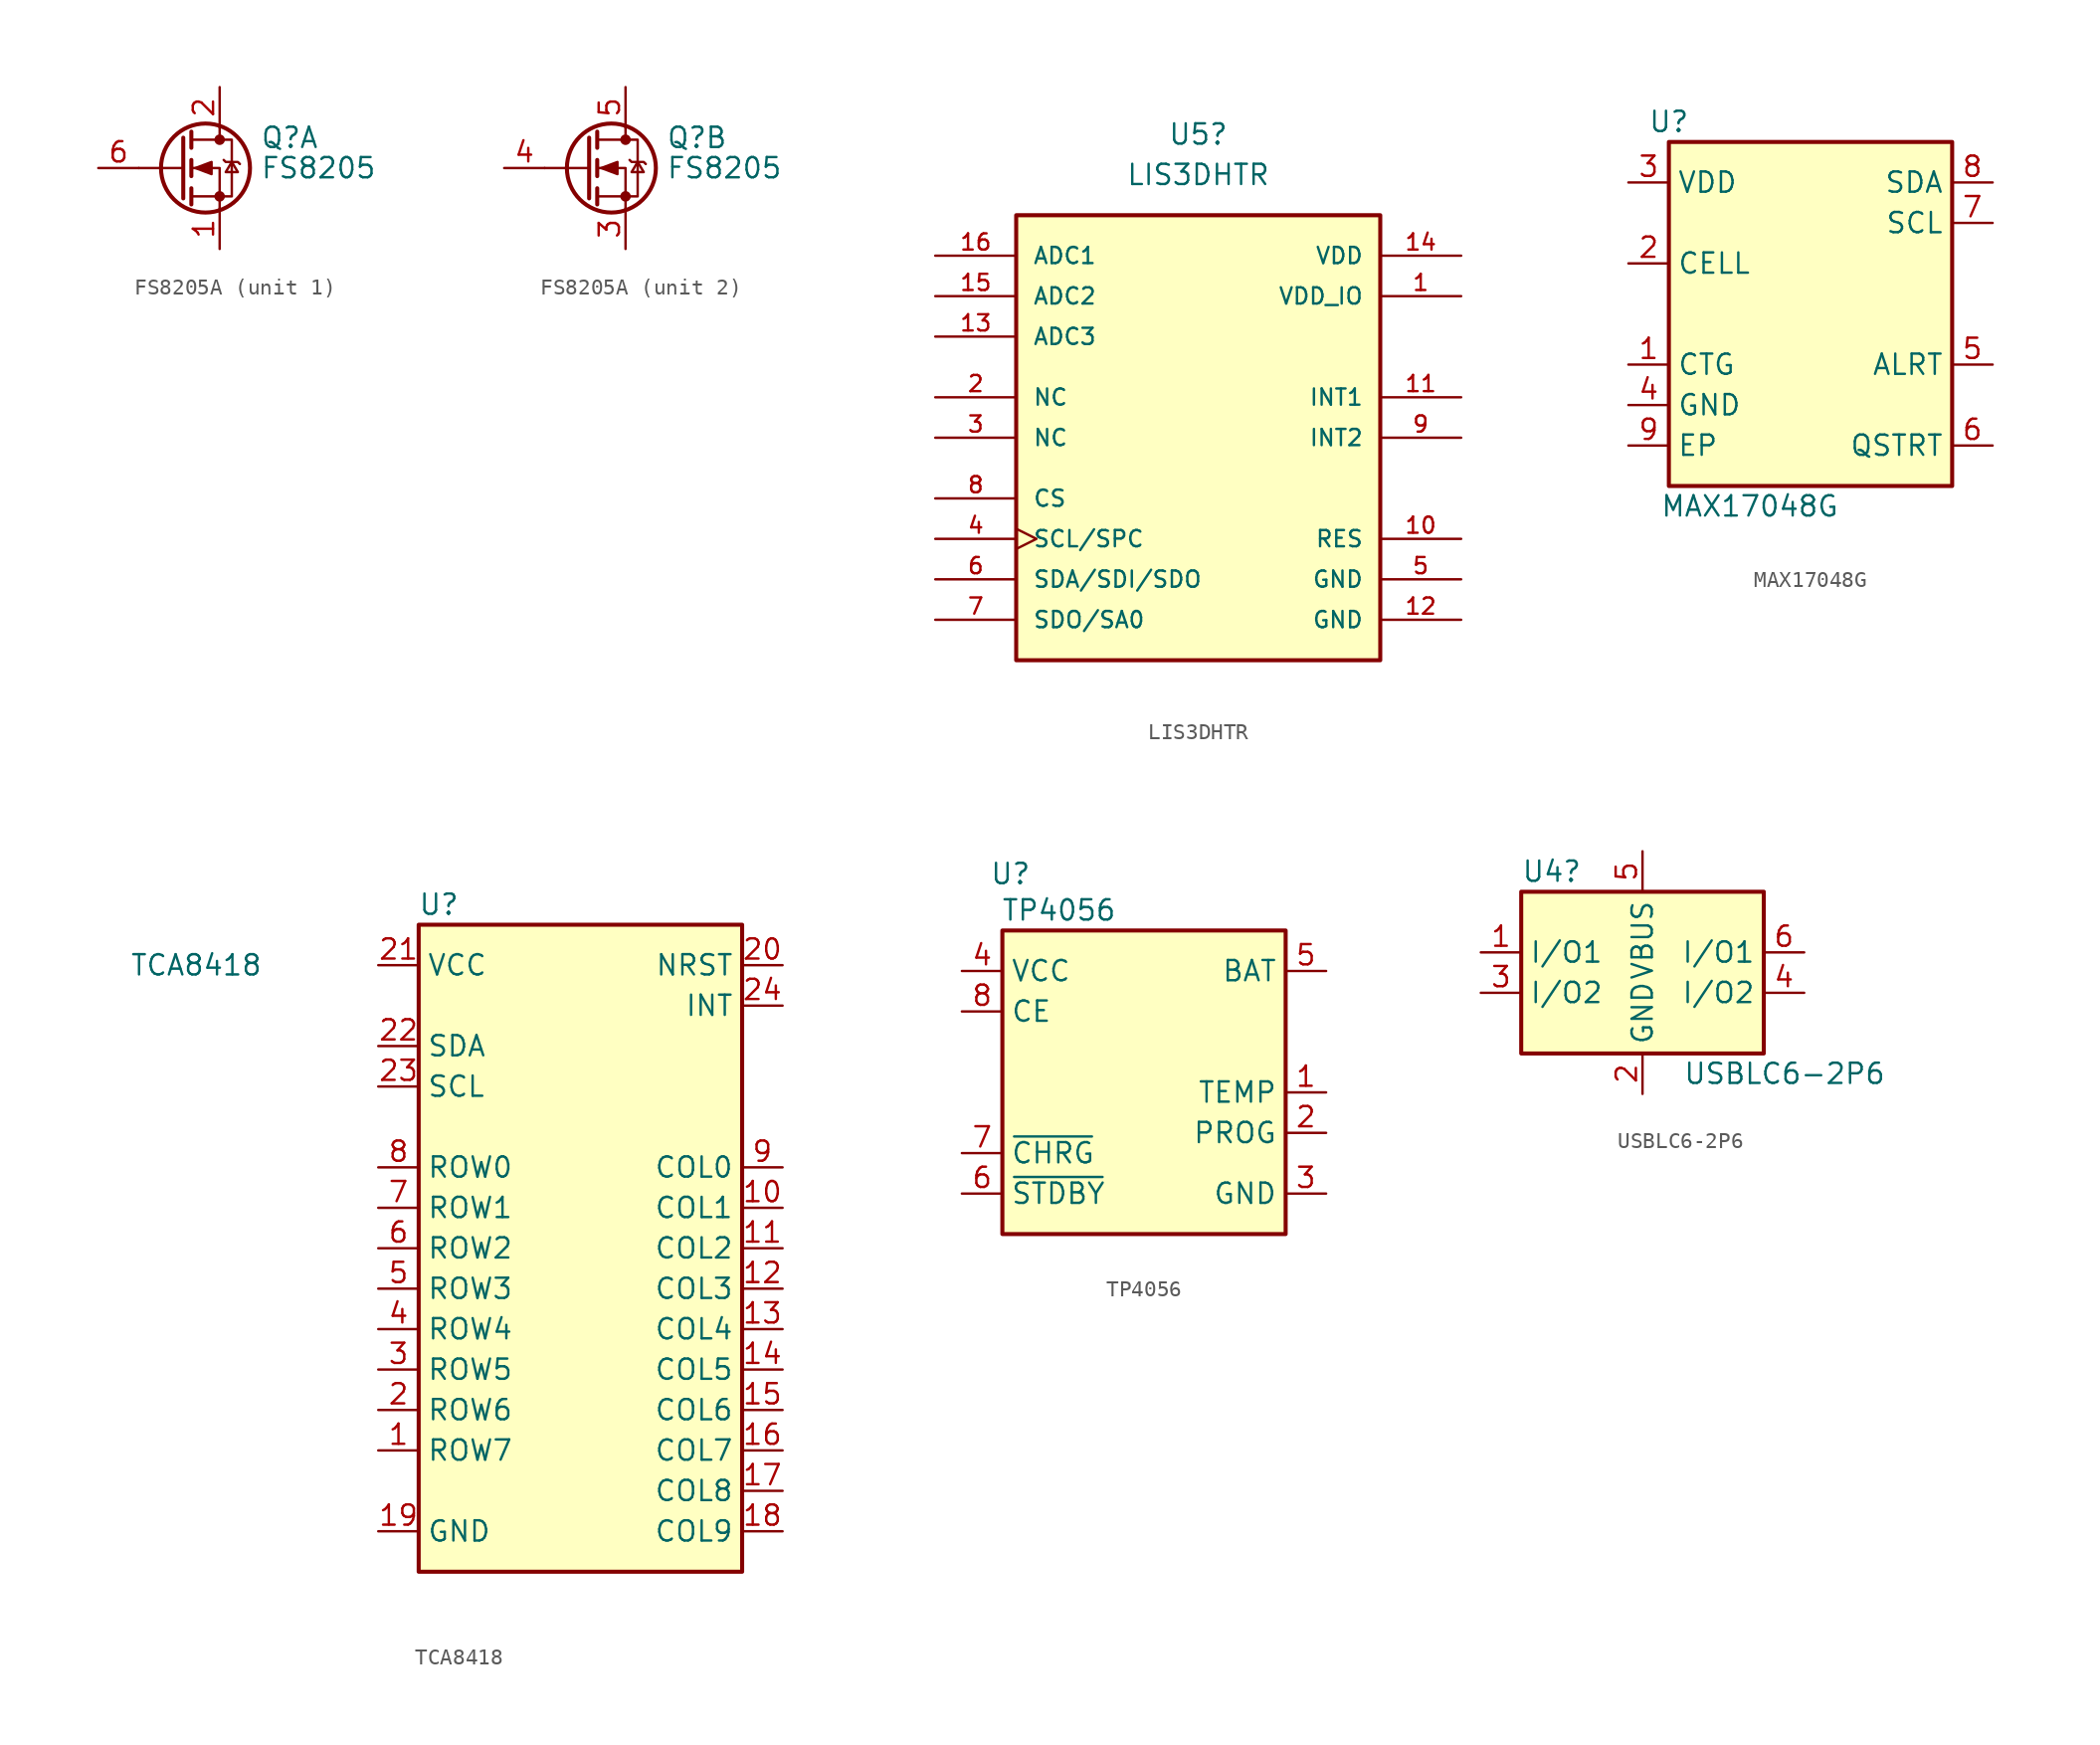
<source format=kicad_sym>
(kicad_symbol_lib
  (version 20231120)
  (generator "kicad_symbol_editor")
  (generator_version "8.0")
  (symbol "FS8205A"
    (pin_names hide)
    (property "Reference" "Q"
      (at 5.08 1.905 0)
      (effects (font (size 1.27 1.27)) (justify left)))
    (property "Value" "FS8205"
      (at 5.08 0 0)
      (effects (font (size 1.27 1.27)) (justify left)))
    (symbol "FS8205A_0_1"
      (polyline (pts (xy 0.254 0) (xy -2.54 0)) (stroke (width 0) (type default)) (fill (type none)))
      (polyline (pts (xy 0.254 1.905) (xy 0.254 -1.905)) (stroke (width 0.254) (type default)) (fill (type none)))
      (polyline (pts (xy 0.762 -1.27) (xy 0.762 -2.286)) (stroke (width 0.254) (type default)) (fill (type none)))
      (polyline (pts (xy 0.762 0.508) (xy 0.762 -0.508)) (stroke (width 0.254) (type default)) (fill (type none)))
      (polyline (pts (xy 0.762 2.286) (xy 0.762 1.27)) (stroke (width 0.254) (type default)) (fill (type none)))
      (polyline (pts (xy 2.54 2.54) (xy 2.54 1.778)) (stroke (width 0) (type default)) (fill (type none)))
      (polyline (pts (xy 2.54 -2.54) (xy 2.54 0) (xy 0.762 0)) (stroke (width 0) (type default)) (fill (type none)))
      (polyline (pts (xy 0.762 -1.778) (xy 3.302 -1.778) (xy 3.302 1.778) (xy 0.762 1.778)) (stroke (width 0) (type default)) (fill (type none)))
      (polyline (pts (xy 1.016 0) (xy 2.032 0.381) (xy 2.032 -0.381) (xy 1.016 0)) (stroke (width 0) (type default)) (fill (type outline)))
      (polyline (pts (xy 2.794 0.508) (xy 2.921 0.381) (xy 3.683 0.381) (xy 3.81 0.254)) (stroke (width 0) (type default)) (fill (type none)))
      (polyline (pts (xy 3.302 0.381) (xy 2.921 -0.254) (xy 3.683 -0.254) (xy 3.302 0.381)) (stroke (width 0) (type default)) (fill (type none)))
      (circle (center 1.651 0) (radius 2.794) (stroke (width 0.254) (type default)) (fill (type none)))
      (circle (center 2.54 -1.778) (radius 0.254) (stroke (width 0) (type default)) (fill (type outline)))
      (circle (center 2.54 1.778) (radius 0.254) (stroke (width 0) (type default)) (fill (type outline))))
    (symbol "FS8205A_1_1"
      (pin passive line (at 2.54 -5.08 90) (length 2.54) (name "S" (effects (font (size 1.27 1.27)))) (number "1" (effects (font (size 1.27 1.27)))))
      (pin passive line (at 2.54 5.08 270) (length 2.54) (name "D" (effects (font (size 1.27 1.27)))) (number "2" (effects (font (size 1.27 1.27)))))
      (pin passive line (at -5.08 0 0) (length 2.54) (name "G" (effects (font (size 1.27 1.27)))) (number "6" (effects (font (size 1.27 1.27))))))
    (symbol "FS8205A_2_1"
      (pin passive line (at 2.54 -5.08 90) (length 2.54) (name "S" (effects (font (size 1.27 1.27)))) (number "3" (effects (font (size 1.27 1.27)))))
      (pin passive line (at -5.08 0 0) (length 2.54) (name "G" (effects (font (size 1.27 1.27)))) (number "4" (effects (font (size 1.27 1.27)))))
      (pin passive line (at 2.54 5.08 270) (length 2.54) (name "D" (effects (font (size 1.27 1.27)))) (number "5" (effects (font (size 1.27 1.27)))))))
  (symbol "LIS3DHTR"
    (pin_names
      (offset 1.016))
    (property "Reference" "U5"
      (at 0 19.05 0)
      (effects (font (size 1.27 1.27))))
    (property "Value" "LIS3DHTR"
      (at 0 16.51 0)
      (effects (font (size 1.27 1.27))))
    (symbol "LIS3DHTR_0_0"
      (rectangle (start -11.43 13.97) (end 11.43 -13.97) (stroke (width 0.254) (type default)) (fill (type background)))
      (pin power_in line (at 16.51 8.89 180) (length 5.08) (name "VDD_IO" (effects (font (size 1.016 1.016)))) (number "1" (effects (font (size 1.016 1.016)))))
      (pin passive line (at 16.51 -6.35 180) (length 5.08) (name "RES" (effects (font (size 1.016 1.016)))) (number "10" (effects (font (size 1.016 1.016)))))
      (pin output line (at 16.51 2.54 180) (length 5.08) (name "INT1" (effects (font (size 1.016 1.016)))) (number "11" (effects (font (size 1.016 1.016)))))
      (pin power_in line (at 16.51 -11.43 180) (length 5.08) (name "GND" (effects (font (size 1.016 1.016)))) (number "12" (effects (font (size 1.016 1.016)))))
      (pin input line (at -16.51 6.35 0) (length 5.08) (name "ADC3" (effects (font (size 1.016 1.016)))) (number "13" (effects (font (size 1.016 1.016)))))
      (pin power_in line (at 16.51 11.43 180) (length 5.08) (name "VDD" (effects (font (size 1.016 1.016)))) (number "14" (effects (font (size 1.016 1.016)))))
      (pin input line (at -16.51 8.89 0) (length 5.08) (name "ADC2" (effects (font (size 1.016 1.016)))) (number "15" (effects (font (size 1.016 1.016)))))
      (pin input line (at -16.51 11.43 0) (length 5.08) (name "ADC1" (effects (font (size 1.016 1.016)))) (number "16" (effects (font (size 1.016 1.016)))))
      (pin input line (at -16.51 2.54 0) (length 5.08) (name "NC" (effects (font (size 1.016 1.016)))) (number "2" (effects (font (size 1.016 1.016)))))
      (pin input line (at -16.51 0 0) (length 5.08) (name "NC" (effects (font (size 1.016 1.016)))) (number "3" (effects (font (size 1.016 1.016)))))
      (pin input clock (at -16.51 -6.35 0) (length 5.08) (name "SCL/SPC" (effects (font (size 1.016 1.016)))) (number "4" (effects (font (size 1.016 1.016)))))
      (pin power_in line (at 16.51 -8.89 180) (length 5.08) (name "GND" (effects (font (size 1.016 1.016)))) (number "5" (effects (font (size 1.016 1.016)))))
      (pin bidirectional line (at -16.51 -8.89 0) (length 5.08) (name "SDA/SDI/SDO" (effects (font (size 1.016 1.016)))) (number "6" (effects (font (size 1.016 1.016)))))
      (pin bidirectional line (at -16.51 -11.43 0) (length 5.08) (name "SDO/SA0" (effects (font (size 1.016 1.016)))) (number "7" (effects (font (size 1.016 1.016)))))
      (pin input line (at -16.51 -3.81 0) (length 5.08) (name "CS" (effects (font (size 1.016 1.016)))) (number "8" (effects (font (size 1.016 1.016)))))
      (pin output line (at 16.51 0 180) (length 5.08) (name "INT2" (effects (font (size 1.016 1.016)))) (number "9" (effects (font (size 1.016 1.016)))))))
  (symbol "MAX17048G"
    (property "Reference" "U"
      (at -8.89 12.7 0)
      (effects (font (size 1.27 1.27))))
    (property "Value" "MAX17048G"
      (at -3.81 -11.43 0)
      (effects (font (size 1.27 1.27))))
    (symbol "MAX17048G_0_1"
      (rectangle (start -8.89 11.43) (end 8.89 -10.16) (stroke (width 0.254) (type default)) (fill (type background))))
    (symbol "MAX17048G_1_1"
      (pin input line (at -11.43 -2.54 0) (length 2.54) (name "CTG" (effects (font (size 1.27 1.27)))) (number "1" (effects (font (size 1.27 1.27)))))
      (pin input line (at -11.43 3.81 0) (length 2.54) (name "CELL" (effects (font (size 1.27 1.27)))) (number "2" (effects (font (size 1.27 1.27)))))
      (pin power_in line (at -11.43 8.89 0) (length 2.54) (name "VDD" (effects (font (size 1.27 1.27)))) (number "3" (effects (font (size 1.27 1.27)))))
      (pin power_in line (at -11.43 -5.08 0) (length 2.54) (name "GND" (effects (font (size 1.27 1.27)))) (number "4" (effects (font (size 1.27 1.27)))))
      (pin output line (at 11.43 -2.54 180) (length 2.54) (name "ALRT" (effects (font (size 1.27 1.27)))) (number "5" (effects (font (size 1.27 1.27)))))
      (pin input line (at 11.43 -7.62 180) (length 2.54) (name "QSTRT" (effects (font (size 1.27 1.27)))) (number "6" (effects (font (size 1.27 1.27)))))
      (pin bidirectional line (at 11.43 6.35 180) (length 2.54) (name "SCL" (effects (font (size 1.27 1.27)))) (number "7" (effects (font (size 1.27 1.27)))))
      (pin bidirectional line (at 11.43 8.89 180) (length 2.54) (name "SDA" (effects (font (size 1.27 1.27)))) (number "8" (effects (font (size 1.27 1.27)))))
      (pin output line (at -11.43 -7.62 0) (length 2.54) (name "EP" (effects (font (size 1.27 1.27)))) (number "9" (effects (font (size 1.27 1.27)))))))
  (symbol "TCA8418"
    (property "Reference" "U"
      (at -7.62 19.05 0)
      (effects (font (size 1.27 1.27))))
    (property "Value" "TCA8418"
      (at -22.86 15.24 0)
      (effects (font (size 1.27 1.27))))
    (symbol "TCA8418_0_1"
      (rectangle (start -8.89 17.78) (end 11.43 -22.86) (stroke (width 0.254) (type default)) (fill (type background))))
    (symbol "TCA8418_1_1"
      (pin bidirectional line (at -11.43 -15.24 0) (length 2.54) (name "ROW7" (effects (font (size 1.27 1.27)))) (number "1" (effects (font (size 1.27 1.27)))))
      (pin bidirectional line (at 13.97 0 180) (length 2.54) (name "COL1" (effects (font (size 1.27 1.27)))) (number "10" (effects (font (size 1.27 1.27)))))
      (pin bidirectional line (at 13.97 -2.54 180) (length 2.54) (name "COL2" (effects (font (size 1.27 1.27)))) (number "11" (effects (font (size 1.27 1.27)))))
      (pin bidirectional line (at 13.97 -5.08 180) (length 2.54) (name "COL3" (effects (font (size 1.27 1.27)))) (number "12" (effects (font (size 1.27 1.27)))))
      (pin bidirectional line (at 13.97 -7.62 180) (length 2.54) (name "COL4" (effects (font (size 1.27 1.27)))) (number "13" (effects (font (size 1.27 1.27)))))
      (pin bidirectional line (at 13.97 -10.16 180) (length 2.54) (name "COL5" (effects (font (size 1.27 1.27)))) (number "14" (effects (font (size 1.27 1.27)))))
      (pin bidirectional line (at 13.97 -12.7 180) (length 2.54) (name "COL6" (effects (font (size 1.27 1.27)))) (number "15" (effects (font (size 1.27 1.27)))))
      (pin bidirectional line (at 13.97 -15.24 180) (length 2.54) (name "COL7" (effects (font (size 1.27 1.27)))) (number "16" (effects (font (size 1.27 1.27)))))
      (pin bidirectional line (at 13.97 -17.78 180) (length 2.54) (name "COL8" (effects (font (size 1.27 1.27)))) (number "17" (effects (font (size 1.27 1.27)))))
      (pin bidirectional line (at 13.97 -20.32 180) (length 2.54) (name "COL9" (effects (font (size 1.27 1.27)))) (number "18" (effects (font (size 1.27 1.27)))))
      (pin power_in line (at -11.43 -20.32 0) (length 2.54) (name "GND" (effects (font (size 1.27 1.27)))) (number "19" (effects (font (size 1.27 1.27)))))
      (pin bidirectional line (at -11.43 -12.7 0) (length 2.54) (name "ROW6" (effects (font (size 1.27 1.27)))) (number "2" (effects (font (size 1.27 1.27)))))
      (pin input line (at 13.97 15.24 180) (length 2.54) (name "NRST" (effects (font (size 1.27 1.27)))) (number "20" (effects (font (size 1.27 1.27)))))
      (pin power_in line (at -11.43 15.24 0) (length 2.54) (name "VCC" (effects (font (size 1.27 1.27)))) (number "21" (effects (font (size 1.27 1.27)))))
      (pin bidirectional line (at -11.43 10.16 0) (length 2.54) (name "SDA" (effects (font (size 1.27 1.27)))) (number "22" (effects (font (size 1.27 1.27)))))
      (pin bidirectional line (at -11.43 7.62 0) (length 2.54) (name "SCL" (effects (font (size 1.27 1.27)))) (number "23" (effects (font (size 1.27 1.27)))))
      (pin output line (at 13.97 12.7 180) (length 2.54) (name "INT" (effects (font (size 1.27 1.27)))) (number "24" (effects (font (size 1.27 1.27)))))
      (pin bidirectional line (at -11.43 -10.16 0) (length 2.54) (name "ROW5" (effects (font (size 1.27 1.27)))) (number "3" (effects (font (size 1.27 1.27)))))
      (pin bidirectional line (at -11.43 -7.62 0) (length 2.54) (name "ROW4" (effects (font (size 1.27 1.27)))) (number "4" (effects (font (size 1.27 1.27)))))
      (pin bidirectional line (at -11.43 -5.08 0) (length 2.54) (name "ROW3" (effects (font (size 1.27 1.27)))) (number "5" (effects (font (size 1.27 1.27)))))
      (pin bidirectional line (at -11.43 -2.54 0) (length 2.54) (name "ROW2" (effects (font (size 1.27 1.27)))) (number "6" (effects (font (size 1.27 1.27)))))
      (pin bidirectional line (at -11.43 0 0) (length 2.54) (name "ROW1" (effects (font (size 1.27 1.27)))) (number "7" (effects (font (size 1.27 1.27)))))
      (pin bidirectional line (at -11.43 2.54 0) (length 2.54) (name "ROW0" (effects (font (size 1.27 1.27)))) (number "8" (effects (font (size 1.27 1.27)))))
      (pin bidirectional line (at 13.97 2.54 180) (length 2.54) (name "COL0" (effects (font (size 1.27 1.27)))) (number "9" (effects (font (size 1.27 1.27)))))))
  (symbol "TP4056"
    (property "Reference" "U"
      (at -8.382 13.716 0)
      (effects (font (size 1.27 1.27))))
    (property "Value" "TP4056"
      (at -5.334 11.43 0)
      (effects (font (size 1.27 1.27))))
    (symbol "TP4056_0_1"
      (rectangle (start -8.89 10.16) (end 8.89 -8.89) (stroke (width 0.254) (type default)) (fill (type background))))
    (symbol "TP4056_1_1"
      (pin input line (at 11.43 0 180) (length 2.54) (name "TEMP" (effects (font (size 1.27 1.27)))) (number "1" (effects (font (size 1.27 1.27)))))
      (pin input line (at 11.43 -2.54 180) (length 2.54) (name "PROG" (effects (font (size 1.27 1.27)))) (number "2" (effects (font (size 1.27 1.27)))))
      (pin power_in line (at 11.43 -6.35 180) (length 2.54) (name "GND" (effects (font (size 1.27 1.27)))) (number "3" (effects (font (size 1.27 1.27)))))
      (pin power_in line (at -11.43 7.62 0) (length 2.54) (name "VCC" (effects (font (size 1.27 1.27)))) (number "4" (effects (font (size 1.27 1.27)))))
      (pin power_out line (at 11.43 7.62 180) (length 2.54) (name "BAT" (effects (font (size 1.27 1.27)))) (number "5" (effects (font (size 1.27 1.27)))))
      (pin open_collector line (at -11.43 -6.35 0) (length 2.54) (name "~{STDBY}" (effects (font (size 1.27 1.27)))) (number "6" (effects (font (size 1.27 1.27)))))
      (pin open_collector line (at -11.43 -3.81 0) (length 2.54) (name "~{CHRG}" (effects (font (size 1.27 1.27)))) (number "7" (effects (font (size 1.27 1.27)))))
      (pin input line (at -11.43 5.08 0) (length 2.54) (name "CE" (effects (font (size 1.27 1.27)))) (number "8" (effects (font (size 1.27 1.27)))))
      (pin power_in line (at 11.43 -6.35 180) (length 2.54) hide (name "GND" (effects (font (size 1.27 1.27)))) (number "9" (effects (font (size 1.27 1.27)))))))
  (symbol "USBLC6-2P6"
    (property "Reference" "U4"
      (at -7.62 8.89 0)
      (effects (font (size 1.27 1.27)) (justify left)))
    (property "Value" "USBLC6-2P6"
      (at 2.54 -3.81 0)
      (effects (font (size 1.27 1.27)) (justify left)))
    (symbol "USBLC6-2P6_0_1"
      (rectangle (start -7.62 7.62) (end 7.62 -2.54) (stroke (width 0.254) (type default)) (fill (type background))))
    (symbol "USBLC6-2P6_1_1"
      (pin passive line (at -10.16 3.81 0) (length 2.54) (name "I/O1" (effects (font (size 1.27 1.27)))) (number "1" (effects (font (size 1.27 1.27)))))
      (pin passive line (at 0 -5.08 90) (length 2.54) (name "GND" (effects (font (size 1.27 1.27)))) (number "2" (effects (font (size 1.27 1.27)))))
      (pin passive line (at -10.16 1.27 0) (length 2.54) (name "I/O2" (effects (font (size 1.27 1.27)))) (number "3" (effects (font (size 1.27 1.27)))))
      (pin passive line (at 10.16 1.27 180) (length 2.54) (name "I/O2" (effects (font (size 1.27 1.27)))) (number "4" (effects (font (size 1.27 1.27)))))
      (pin passive line (at 0 10.16 270) (length 2.54) (name "VBUS" (effects (font (size 1.27 1.27)))) (number "5" (effects (font (size 1.27 1.27)))))
      (pin passive line (at 10.16 3.81 180) (length 2.54) (name "I/O1" (effects (font (size 1.27 1.27)))) (number "6" (effects (font (size 1.27 1.27))))))))
</source>
